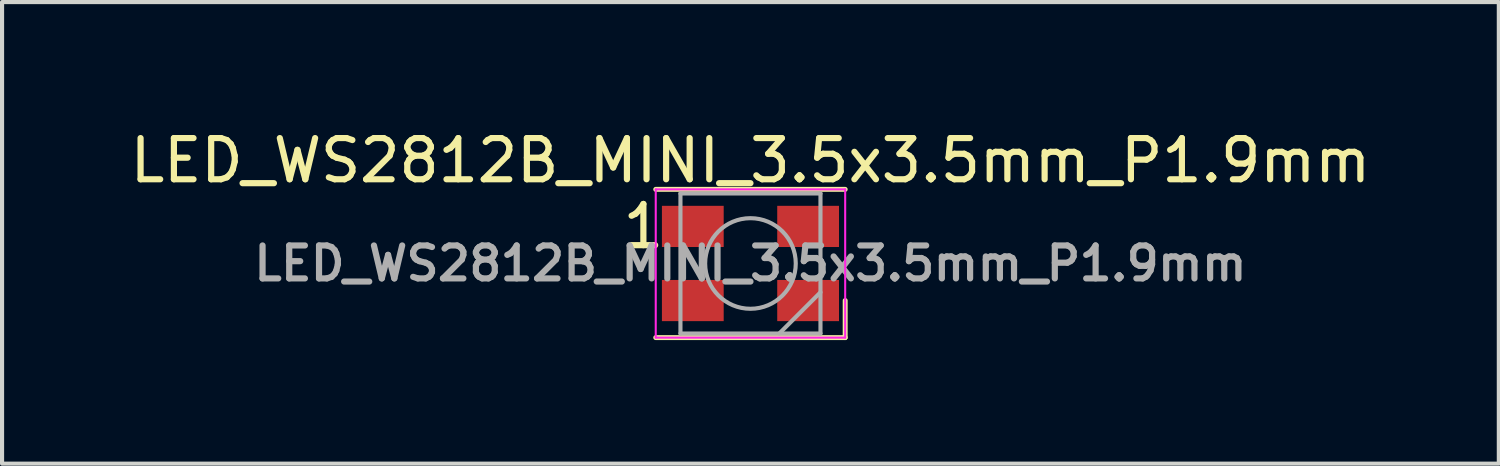
<source format=kicad_pcb>
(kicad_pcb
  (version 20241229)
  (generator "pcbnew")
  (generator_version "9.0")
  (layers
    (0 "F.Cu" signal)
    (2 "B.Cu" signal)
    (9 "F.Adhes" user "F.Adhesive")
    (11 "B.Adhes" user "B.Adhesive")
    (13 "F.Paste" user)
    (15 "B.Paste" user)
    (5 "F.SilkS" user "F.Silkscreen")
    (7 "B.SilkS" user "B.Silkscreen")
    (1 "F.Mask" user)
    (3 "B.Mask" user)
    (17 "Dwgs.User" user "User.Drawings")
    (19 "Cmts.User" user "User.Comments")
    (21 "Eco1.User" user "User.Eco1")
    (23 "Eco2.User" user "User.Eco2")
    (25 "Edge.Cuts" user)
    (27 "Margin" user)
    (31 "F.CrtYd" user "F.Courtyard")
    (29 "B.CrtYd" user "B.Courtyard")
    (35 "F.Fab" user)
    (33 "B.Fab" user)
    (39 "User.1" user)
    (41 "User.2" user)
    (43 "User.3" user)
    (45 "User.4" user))
  (footprint "LED_WS2812B_MINI_3.5x3.5mm_P1.9mm"
    (layer "F.Cu")
    (at 15.173 3.348)
    (property "Reference" "LED_WS2812B_MINI_3.5x3.5mm_P1.9mm" (at 0 -2.5 0) (layer "F.SilkS") (effects (font (size 1 1) (thickness 0.15))))
    (attr smd)
    (fp_line (start -2.3 -1.8) (end 2.3 -1.8) (stroke (width 0.12) (type solid)) (layer "F.SilkS"))
    (fp_line (start -2.3 1.8) (end 2.3 1.8) (stroke (width 0.12) (type solid)) (layer "F.SilkS"))
    (fp_line (start 2.3 1.8) (end 2.3 0.9) (stroke (width 0.12) (type solid)) (layer "F.SilkS"))
    (fp_line (start -2.3 -1.8) (end -2.3 1.8) (stroke (width 0.05) (type solid)) (layer "F.CrtYd"))
    (fp_line (start -2.3 1.8) (end 2.3 1.8) (stroke (width 0.05) (type solid)) (layer "F.CrtYd"))
    (fp_line (start 2.3 -1.8) (end -2.3 -1.8) (stroke (width 0.05) (type solid)) (layer "F.CrtYd"))
    (fp_line (start 2.3 1.8) (end 2.3 -1.8) (stroke (width 0.05) (type solid)) (layer "F.CrtYd"))
    (fp_line (start -1.7 -1.7) (end -1.7 1.7) (stroke (width 0.1) (type solid)) (layer "F.Fab"))
    (fp_line (start -1.7 1.7) (end 1.7 1.7) (stroke (width 0.1) (type solid)) (layer "F.Fab"))
    (fp_line (start 1.7 -1.7) (end -1.7 -1.7) (stroke (width 0.1) (type solid)) (layer "F.Fab"))
    (fp_line (start 1.7 0.7) (end 0.7 1.7) (stroke (width 0.1) (type solid)) (layer "F.Fab"))
    (fp_line (start 1.7 1.7) (end 1.7 -1.7) (stroke (width 0.1) (type solid)) (layer "F.Fab"))
    (fp_circle (center 0 0) (end 0 -1.1) (stroke (width 0.1) (type solid)) (fill no) (layer "F.Fab"))
    (fp_text user "1" (at -2.6 -0.9 0) (layer "F.SilkS") (effects (font (size 1 1) (thickness 0.15))))
    (fp_text user "${REFERENCE}" (at 0 0 0) (layer "F.Fab") (effects (font (size 0.8 0.8) (thickness 0.15))))
    (pad "1" smd rect (at -1.4 -0.9) (size 1.5 1) (layers "F.Cu" "F.Mask" "F.Paste"))
    (pad "2" smd rect (at -1.4 0.9) (size 1.5 1) (layers "F.Cu" "F.Mask" "F.Paste"))
    (pad "3" smd rect (at 1.4 0.9) (size 1.5 1) (layers "F.Cu" "F.Mask" "F.Paste"))
    (pad "4" smd rect (at 1.4 -0.9) (size 1.5 1) (layers "F.Cu" "F.Mask" "F.Paste")))
  (gr_rect
    (start -3 -3)
    (end 33.345 8.208)
    (stroke (width 0.1) (type default))
    (fill no)
    (layer "Edge.Cuts")))
</source>
